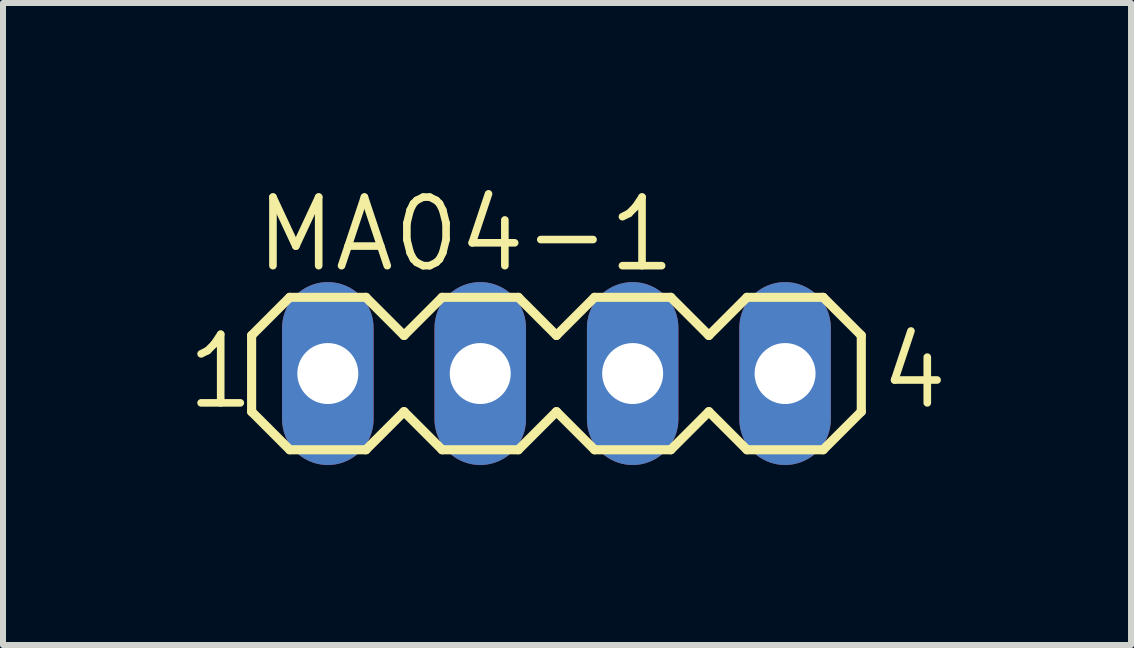
<source format=kicad_pcb>
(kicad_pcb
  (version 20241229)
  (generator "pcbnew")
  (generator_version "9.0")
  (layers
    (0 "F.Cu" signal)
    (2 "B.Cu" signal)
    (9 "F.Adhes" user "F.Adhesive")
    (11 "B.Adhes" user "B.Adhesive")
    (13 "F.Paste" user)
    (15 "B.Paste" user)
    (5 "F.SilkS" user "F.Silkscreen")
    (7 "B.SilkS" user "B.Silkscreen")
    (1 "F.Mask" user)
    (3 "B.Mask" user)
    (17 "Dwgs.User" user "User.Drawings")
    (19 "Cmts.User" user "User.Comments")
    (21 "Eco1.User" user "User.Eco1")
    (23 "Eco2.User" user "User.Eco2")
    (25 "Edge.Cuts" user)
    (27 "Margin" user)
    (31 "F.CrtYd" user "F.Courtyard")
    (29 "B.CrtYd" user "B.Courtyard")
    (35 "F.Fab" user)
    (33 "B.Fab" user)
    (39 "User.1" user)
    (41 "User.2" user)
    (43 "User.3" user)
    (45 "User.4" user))
  (footprint "MA04-1"
    (layer "F.Cu")
    (at 6.223 3.175)
    (property "Reference" "MA04-1" (at -5.08 -1.651 0) (unlocked yes) (layer "F.SilkS") (effects (font (size 1.143 1.143) (thickness 0.127)) (justify left bottom)))
    (fp_line (start -5.08 -0.635) (end -5.08 0.635) (stroke (width 0.152) (type solid)) (layer "F.SilkS"))
    (fp_line (start -5.08 0.635) (end -4.445 1.27) (stroke (width 0.152) (type solid)) (layer "F.SilkS"))
    (fp_line (start -4.445 -1.27) (end -5.08 -0.635) (stroke (width 0.152) (type solid)) (layer "F.SilkS"))
    (fp_line (start -4.445 -1.27) (end -3.175 -1.27) (stroke (width 0.152) (type solid)) (layer "F.SilkS"))
    (fp_line (start -3.175 -1.27) (end -2.54 -0.635) (stroke (width 0.152) (type solid)) (layer "F.SilkS"))
    (fp_line (start -3.175 1.27) (end -4.445 1.27) (stroke (width 0.152) (type solid)) (layer "F.SilkS"))
    (fp_line (start -2.54 -0.635) (end -1.905 -1.27) (stroke (width 0.152) (type solid)) (layer "F.SilkS"))
    (fp_line (start -2.54 0.635) (end -3.175 1.27) (stroke (width 0.152) (type solid)) (layer "F.SilkS"))
    (fp_line (start -1.905 -1.27) (end -0.635 -1.27) (stroke (width 0.152) (type solid)) (layer "F.SilkS"))
    (fp_line (start -1.905 1.27) (end -2.54 0.635) (stroke (width 0.152) (type solid)) (layer "F.SilkS"))
    (fp_line (start -0.635 -1.27) (end 0 -0.635) (stroke (width 0.152) (type solid)) (layer "F.SilkS"))
    (fp_line (start -0.635 1.27) (end -1.905 1.27) (stroke (width 0.152) (type solid)) (layer "F.SilkS"))
    (fp_line (start 0 -0.635) (end 0.635 -1.27) (stroke (width 0.152) (type solid)) (layer "F.SilkS"))
    (fp_line (start 0 0.635) (end -0.635 1.27) (stroke (width 0.152) (type solid)) (layer "F.SilkS"))
    (fp_line (start 0.635 -1.27) (end 1.905 -1.27) (stroke (width 0.152) (type solid)) (layer "F.SilkS"))
    (fp_line (start 0.635 1.27) (end 0 0.635) (stroke (width 0.152) (type solid)) (layer "F.SilkS"))
    (fp_line (start 1.905 -1.27) (end 2.54 -0.635) (stroke (width 0.152) (type solid)) (layer "F.SilkS"))
    (fp_line (start 1.905 1.27) (end 0.635 1.27) (stroke (width 0.152) (type solid)) (layer "F.SilkS"))
    (fp_line (start 2.54 0.635) (end 1.905 1.27) (stroke (width 0.152) (type solid)) (layer "F.SilkS"))
    (fp_line (start 2.54 0.635) (end 3.175 1.27) (stroke (width 0.152) (type solid)) (layer "F.SilkS"))
    (fp_line (start 3.175 -1.27) (end 2.54 -0.635) (stroke (width 0.152) (type solid)) (layer "F.SilkS"))
    (fp_line (start 3.175 -1.27) (end 4.445 -1.27) (stroke (width 0.152) (type solid)) (layer "F.SilkS"))
    (fp_line (start 4.445 -1.27) (end 5.08 -0.635) (stroke (width 0.152) (type solid)) (layer "F.SilkS"))
    (fp_line (start 4.445 1.27) (end 3.175 1.27) (stroke (width 0.152) (type solid)) (layer "F.SilkS"))
    (fp_line (start 5.08 -0.635) (end 5.08 0.635) (stroke (width 0.152) (type solid)) (layer "F.SilkS"))
    (fp_line (start 5.08 0.635) (end 4.445 1.27) (stroke (width 0.152) (type solid)) (layer "F.SilkS"))
    (fp_poly (pts (xy -4.064 0.254) (xy -3.556 0.254) (xy -3.556 -0.254) (xy -4.064 -0.254)) (stroke (width 0.1) (type default)) (fill no) (layer "F.Fab"))
    (fp_poly (pts (xy -1.524 0.254) (xy -1.016 0.254) (xy -1.016 -0.254) (xy -1.524 -0.254)) (stroke (width 0.1) (type default)) (fill no) (layer "F.Fab"))
    (fp_poly (pts (xy 1.016 0.254) (xy 1.524 0.254) (xy 1.524 -0.254) (xy 1.016 -0.254)) (stroke (width 0.1) (type default)) (fill no) (layer "F.Fab"))
    (fp_poly (pts (xy 3.556 0.254) (xy 4.064 0.254) (xy 4.064 -0.254) (xy 3.556 -0.254)) (stroke (width 0.1) (type default)) (fill no) (layer "F.Fab"))
    (fp_text user "1" (at -6.223 0.635 0) (unlocked yes) (layer "F.SilkS") (effects (font (size 1.143 1.143) (thickness 0.127)) (justify left bottom)))
    (fp_text user "4" (at 5.334 0.635 0) (unlocked yes) (layer "F.SilkS") (effects (font (size 1.143 1.143) (thickness 0.127)) (justify left bottom)))
    (pad "1" thru_hole oval (at -3.81 0 90) (size 3.048 1.524) (drill 1.016) (layers "*.Cu" "*.Mask"))
    (pad "2" thru_hole oval (at -1.27 0 90) (size 3.048 1.524) (drill 1.016) (layers "*.Cu" "*.Mask"))
    (pad "3" thru_hole oval (at 1.27 0 90) (size 3.048 1.524) (drill 1.016) (layers "*.Cu" "*.Mask"))
    (pad "4" thru_hole oval (at 3.81 0 90) (size 3.048 1.524) (drill 1.016) (layers "*.Cu" "*.Mask")))
  (gr_rect
    (start -3 -3)
    (end 15.798 7.699)
    (stroke (width 0.1) (type default))
    (fill no)
    (layer "Edge.Cuts")))
</source>
